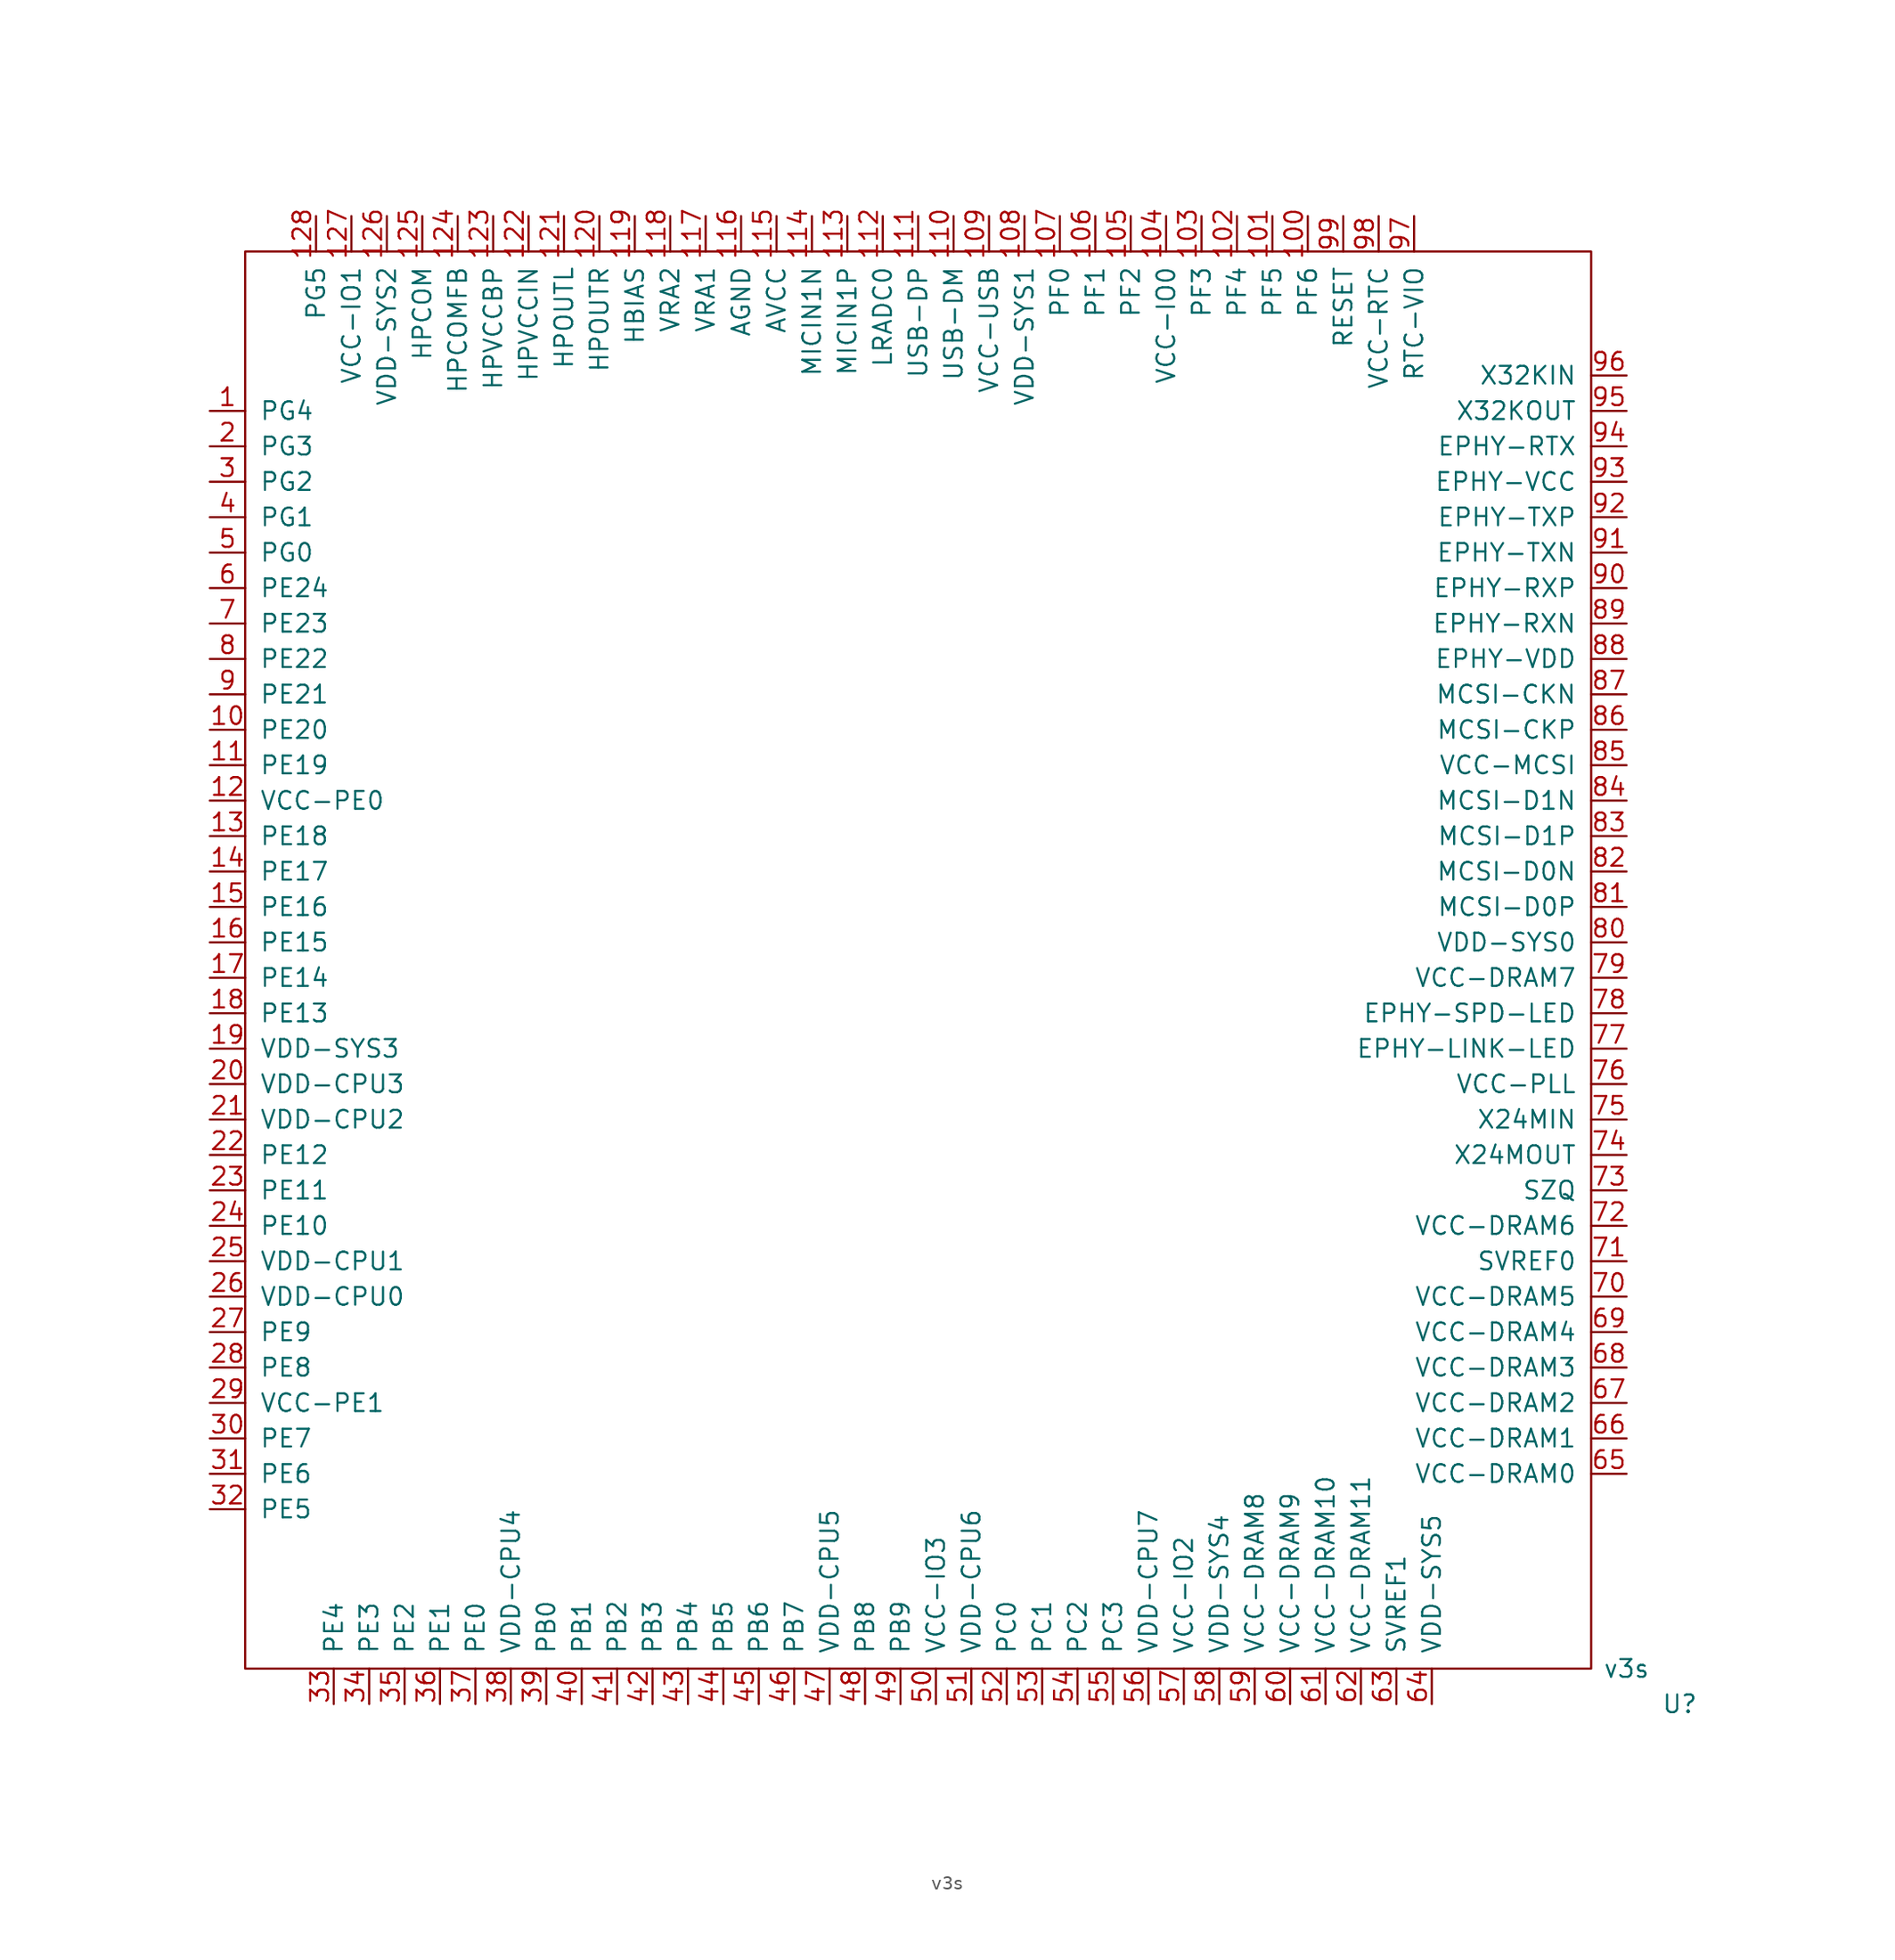
<source format=kicad_sym>
(kicad_symbol_lib
  (version 20201005)
  (generator kicad_symbol_editor)
  (symbol "v3s"
    (pin_names
      (offset 1.016))
    (property "Reference" "U"
      (at 54.61 -52.07 0)
      (effects (font (size 1.27 1.27))))
    (property "Value" "v3s"
      (at 50.8 -49.53 0)
      (effects (font (size 1.27 1.27))))
    (symbol "v3s_0_1"
      (rectangle (start -48.26 52.07) (end 48.26 -49.53) (stroke (width 0)) (fill (type none)))
      (pin power_in line (at 24.13 -52.07 90) (length 2.54) (name "VCC-DRAM8" (effects (font (size 1.27 1.27)))) (number "59" (effects (font (size 1.27 1.27))))))
    (symbol "v3s_1_0"
      (pin power_in line (at 21.59 -52.07 90) (length 2.54) (name "VDD-SYS4" (effects (font (size 1.27 1.27)))) (number "58" (effects (font (size 1.27 1.27))))))
    (symbol "v3s_1_1"
      (pin bidirectional line (at -50.8 40.64 0) (length 2.54) (name "PG4" (effects (font (size 1.27 1.27)))) (number "1" (effects (font (size 1.27 1.27)))))
      (pin bidirectional line (at -50.8 17.78 0) (length 2.54) (name "PE20" (effects (font (size 1.27 1.27)))) (number "10" (effects (font (size 1.27 1.27)))))
      (pin input line (at 27.94 54.61 270) (length 2.54) (name "PF6" (effects (font (size 1.27 1.27)))) (number "100" (effects (font (size 1.27 1.27)))))
      (pin input line (at 25.4 54.61 270) (length 2.54) (name "PF5" (effects (font (size 1.27 1.27)))) (number "101" (effects (font (size 1.27 1.27)))))
      (pin input line (at 22.86 54.61 270) (length 2.54) (name "PF4" (effects (font (size 1.27 1.27)))) (number "102" (effects (font (size 1.27 1.27)))))
      (pin input line (at 20.32 54.61 270) (length 2.54) (name "PF3" (effects (font (size 1.27 1.27)))) (number "103" (effects (font (size 1.27 1.27)))))
      (pin input line (at 17.78 54.61 270) (length 2.54) (name "VCC-IO0" (effects (font (size 1.27 1.27)))) (number "104" (effects (font (size 1.27 1.27)))))
      (pin input line (at 15.24 54.61 270) (length 2.54) (name "PF2" (effects (font (size 1.27 1.27)))) (number "105" (effects (font (size 1.27 1.27)))))
      (pin input line (at 12.7 54.61 270) (length 2.54) (name "PF1" (effects (font (size 1.27 1.27)))) (number "106" (effects (font (size 1.27 1.27)))))
      (pin input line (at 10.16 54.61 270) (length 2.54) (name "PF0" (effects (font (size 1.27 1.27)))) (number "107" (effects (font (size 1.27 1.27)))))
      (pin input line (at 7.62 54.61 270) (length 2.54) (name "VDD-SYS1" (effects (font (size 1.27 1.27)))) (number "108" (effects (font (size 1.27 1.27)))))
      (pin input line (at 5.08 54.61 270) (length 2.54) (name "VCC-USB" (effects (font (size 1.27 1.27)))) (number "109" (effects (font (size 1.27 1.27)))))
      (pin bidirectional line (at -50.8 15.24 0) (length 2.54) (name "PE19" (effects (font (size 1.27 1.27)))) (number "11" (effects (font (size 1.27 1.27)))))
      (pin input line (at 2.54 54.61 270) (length 2.54) (name "USB-DM" (effects (font (size 1.27 1.27)))) (number "110" (effects (font (size 1.27 1.27)))))
      (pin input line (at 0 54.61 270) (length 2.54) (name "USB-DP" (effects (font (size 1.27 1.27)))) (number "111" (effects (font (size 1.27 1.27)))))
      (pin input line (at -2.54 54.61 270) (length 2.54) (name "LRADC0" (effects (font (size 1.27 1.27)))) (number "112" (effects (font (size 1.27 1.27)))))
      (pin input line (at -5.08 54.61 270) (length 2.54) (name "MICIN1P" (effects (font (size 1.27 1.27)))) (number "113" (effects (font (size 1.27 1.27)))))
      (pin input line (at -7.62 54.61 270) (length 2.54) (name "MICIN1N" (effects (font (size 1.27 1.27)))) (number "114" (effects (font (size 1.27 1.27)))))
      (pin input line (at -10.16 54.61 270) (length 2.54) (name "AVCC" (effects (font (size 1.27 1.27)))) (number "115" (effects (font (size 1.27 1.27)))))
      (pin input line (at -12.7 54.61 270) (length 2.54) (name "AGND" (effects (font (size 1.27 1.27)))) (number "116" (effects (font (size 1.27 1.27)))))
      (pin input line (at -15.24 54.61 270) (length 2.54) (name "VRA1" (effects (font (size 1.27 1.27)))) (number "117" (effects (font (size 1.27 1.27)))))
      (pin input line (at -17.78 54.61 270) (length 2.54) (name "VRA2" (effects (font (size 1.27 1.27)))) (number "118" (effects (font (size 1.27 1.27)))))
      (pin input line (at -20.32 54.61 270) (length 2.54) (name "HBIAS" (effects (font (size 1.27 1.27)))) (number "119" (effects (font (size 1.27 1.27)))))
      (pin bidirectional line (at -50.8 12.7 0) (length 2.54) (name "VCC-PE0" (effects (font (size 1.27 1.27)))) (number "12" (effects (font (size 1.27 1.27)))))
      (pin input line (at -22.86 54.61 270) (length 2.54) (name "HPOUTR" (effects (font (size 1.27 1.27)))) (number "120" (effects (font (size 1.27 1.27)))))
      (pin input line (at -25.4 54.61 270) (length 2.54) (name "HPOUTL" (effects (font (size 1.27 1.27)))) (number "121" (effects (font (size 1.27 1.27)))))
      (pin input line (at -27.94 54.61 270) (length 2.54) (name "HPVCCIN" (effects (font (size 1.27 1.27)))) (number "122" (effects (font (size 1.27 1.27)))))
      (pin input line (at -30.48 54.61 270) (length 2.54) (name "HPVCCBP" (effects (font (size 1.27 1.27)))) (number "123" (effects (font (size 1.27 1.27)))))
      (pin input line (at -33.02 54.61 270) (length 2.54) (name "HPCOMFB" (effects (font (size 1.27 1.27)))) (number "124" (effects (font (size 1.27 1.27)))))
      (pin input line (at -35.56 54.61 270) (length 2.54) (name "HPCOM" (effects (font (size 1.27 1.27)))) (number "125" (effects (font (size 1.27 1.27)))))
      (pin input line (at -38.1 54.61 270) (length 2.54) (name "VDD-SYS2" (effects (font (size 1.27 1.27)))) (number "126" (effects (font (size 1.27 1.27)))))
      (pin input line (at -40.64 54.61 270) (length 2.54) (name "VCC-IO1" (effects (font (size 1.27 1.27)))) (number "127" (effects (font (size 1.27 1.27)))))
      (pin input line (at -43.18 54.61 270) (length 2.54) (name "PG5" (effects (font (size 1.27 1.27)))) (number "128" (effects (font (size 1.27 1.27)))))
      (pin bidirectional line (at -50.8 10.16 0) (length 2.54) (name "PE18" (effects (font (size 1.27 1.27)))) (number "13" (effects (font (size 1.27 1.27)))))
      (pin bidirectional line (at -50.8 7.62 0) (length 2.54) (name "PE17" (effects (font (size 1.27 1.27)))) (number "14" (effects (font (size 1.27 1.27)))))
      (pin bidirectional line (at -50.8 5.08 0) (length 2.54) (name "PE16" (effects (font (size 1.27 1.27)))) (number "15" (effects (font (size 1.27 1.27)))))
      (pin bidirectional line (at -50.8 2.54 0) (length 2.54) (name "PE15" (effects (font (size 1.27 1.27)))) (number "16" (effects (font (size 1.27 1.27)))))
      (pin bidirectional line (at -50.8 0 0) (length 2.54) (name "PE14" (effects (font (size 1.27 1.27)))) (number "17" (effects (font (size 1.27 1.27)))))
      (pin bidirectional line (at -50.8 -2.54 0) (length 2.54) (name "PE13" (effects (font (size 1.27 1.27)))) (number "18" (effects (font (size 1.27 1.27)))))
      (pin bidirectional line (at -50.8 -5.08 0) (length 2.54) (name "VDD-SYS3" (effects (font (size 1.27 1.27)))) (number "19" (effects (font (size 1.27 1.27)))))
      (pin bidirectional line (at -50.8 38.1 0) (length 2.54) (name "PG3" (effects (font (size 1.27 1.27)))) (number "2" (effects (font (size 1.27 1.27)))))
      (pin bidirectional line (at -50.8 -7.62 0) (length 2.54) (name "VDD-CPU3" (effects (font (size 1.27 1.27)))) (number "20" (effects (font (size 1.27 1.27)))))
      (pin bidirectional line (at -50.8 -10.16 0) (length 2.54) (name "VDD-CPU2" (effects (font (size 1.27 1.27)))) (number "21" (effects (font (size 1.27 1.27)))))
      (pin bidirectional line (at -50.8 -12.7 0) (length 2.54) (name "PE12" (effects (font (size 1.27 1.27)))) (number "22" (effects (font (size 1.27 1.27)))))
      (pin bidirectional line (at -50.8 -15.24 0) (length 2.54) (name "PE11" (effects (font (size 1.27 1.27)))) (number "23" (effects (font (size 1.27 1.27)))))
      (pin bidirectional line (at -50.8 -17.78 0) (length 2.54) (name "PE10" (effects (font (size 1.27 1.27)))) (number "24" (effects (font (size 1.27 1.27)))))
      (pin bidirectional line (at -50.8 -20.32 0) (length 2.54) (name "VDD-CPU1" (effects (font (size 1.27 1.27)))) (number "25" (effects (font (size 1.27 1.27)))))
      (pin bidirectional line (at -50.8 -22.86 0) (length 2.54) (name "VDD-CPU0" (effects (font (size 1.27 1.27)))) (number "26" (effects (font (size 1.27 1.27)))))
      (pin bidirectional line (at -50.8 -25.4 0) (length 2.54) (name "PE9" (effects (font (size 1.27 1.27)))) (number "27" (effects (font (size 1.27 1.27)))))
      (pin bidirectional line (at -50.8 -27.94 0) (length 2.54) (name "PE8" (effects (font (size 1.27 1.27)))) (number "28" (effects (font (size 1.27 1.27)))))
      (pin bidirectional line (at -50.8 -30.48 0) (length 2.54) (name "VCC-PE1" (effects (font (size 1.27 1.27)))) (number "29" (effects (font (size 1.27 1.27)))))
      (pin bidirectional line (at -50.8 35.56 0) (length 2.54) (name "PG2" (effects (font (size 1.27 1.27)))) (number "3" (effects (font (size 1.27 1.27)))))
      (pin bidirectional line (at -50.8 -33.02 0) (length 2.54) (name "PE7" (effects (font (size 1.27 1.27)))) (number "30" (effects (font (size 1.27 1.27)))))
      (pin bidirectional line (at -50.8 -35.56 0) (length 2.54) (name "PE6" (effects (font (size 1.27 1.27)))) (number "31" (effects (font (size 1.27 1.27)))))
      (pin bidirectional line (at -50.8 -38.1 0) (length 2.54) (name "PE5" (effects (font (size 1.27 1.27)))) (number "32" (effects (font (size 1.27 1.27)))))
      (pin bidirectional line (at -41.91 -52.07 90) (length 2.54) (name "PE4" (effects (font (size 1.27 1.27)))) (number "33" (effects (font (size 1.27 1.27)))))
      (pin bidirectional line (at -39.37 -52.07 90) (length 2.54) (name "PE3" (effects (font (size 1.27 1.27)))) (number "34" (effects (font (size 1.27 1.27)))))
      (pin bidirectional line (at -36.83 -52.07 90) (length 2.54) (name "PE2" (effects (font (size 1.27 1.27)))) (number "35" (effects (font (size 1.27 1.27)))))
      (pin bidirectional line (at -34.29 -52.07 90) (length 2.54) (name "PE1" (effects (font (size 1.27 1.27)))) (number "36" (effects (font (size 1.27 1.27)))))
      (pin bidirectional line (at -31.75 -52.07 90) (length 2.54) (name "PE0" (effects (font (size 1.27 1.27)))) (number "37" (effects (font (size 1.27 1.27)))))
      (pin bidirectional line (at -29.21 -52.07 90) (length 2.54) (name "VDD-CPU4" (effects (font (size 1.27 1.27)))) (number "38" (effects (font (size 1.27 1.27)))))
      (pin bidirectional line (at -26.67 -52.07 90) (length 2.54) (name "PB0" (effects (font (size 1.27 1.27)))) (number "39" (effects (font (size 1.27 1.27)))))
      (pin bidirectional line (at -50.8 33.02 0) (length 2.54) (name "PG1" (effects (font (size 1.27 1.27)))) (number "4" (effects (font (size 1.27 1.27)))))
      (pin bidirectional line (at -24.13 -52.07 90) (length 2.54) (name "PB1" (effects (font (size 1.27 1.27)))) (number "40" (effects (font (size 1.27 1.27)))))
      (pin bidirectional line (at -21.59 -52.07 90) (length 2.54) (name "PB2" (effects (font (size 1.27 1.27)))) (number "41" (effects (font (size 1.27 1.27)))))
      (pin bidirectional line (at -19.05 -52.07 90) (length 2.54) (name "PB3" (effects (font (size 1.27 1.27)))) (number "42" (effects (font (size 1.27 1.27)))))
      (pin bidirectional line (at -16.51 -52.07 90) (length 2.54) (name "PB4" (effects (font (size 1.27 1.27)))) (number "43" (effects (font (size 1.27 1.27)))))
      (pin bidirectional line (at -13.97 -52.07 90) (length 2.54) (name "PB5" (effects (font (size 1.27 1.27)))) (number "44" (effects (font (size 1.27 1.27)))))
      (pin bidirectional line (at -11.43 -52.07 90) (length 2.54) (name "PB6" (effects (font (size 1.27 1.27)))) (number "45" (effects (font (size 1.27 1.27)))))
      (pin bidirectional line (at -8.89 -52.07 90) (length 2.54) (name "PB7" (effects (font (size 1.27 1.27)))) (number "46" (effects (font (size 1.27 1.27)))))
      (pin power_in line (at -6.35 -52.07 90) (length 2.54) (name "VDD-CPU5" (effects (font (size 1.27 1.27)))) (number "47" (effects (font (size 1.27 1.27)))))
      (pin bidirectional line (at -3.81 -52.07 90) (length 2.54) (name "PB8" (effects (font (size 1.27 1.27)))) (number "48" (effects (font (size 1.27 1.27)))))
      (pin bidirectional line (at -1.27 -52.07 90) (length 2.54) (name "PB9" (effects (font (size 1.27 1.27)))) (number "49" (effects (font (size 1.27 1.27)))))
      (pin bidirectional line (at -50.8 30.48 0) (length 2.54) (name "PG0" (effects (font (size 1.27 1.27)))) (number "5" (effects (font (size 1.27 1.27)))))
      (pin power_in line (at 1.27 -52.07 90) (length 2.54) (name "VCC-IO3" (effects (font (size 1.27 1.27)))) (number "50" (effects (font (size 1.27 1.27)))))
      (pin power_in line (at 3.81 -52.07 90) (length 2.54) (name "VDD-CPU6" (effects (font (size 1.27 1.27)))) (number "51" (effects (font (size 1.27 1.27)))))
      (pin bidirectional line (at 6.35 -52.07 90) (length 2.54) (name "PC0" (effects (font (size 1.27 1.27)))) (number "52" (effects (font (size 1.27 1.27)))))
      (pin bidirectional line (at 8.89 -52.07 90) (length 2.54) (name "PC1" (effects (font (size 1.27 1.27)))) (number "53" (effects (font (size 1.27 1.27)))))
      (pin bidirectional line (at 11.43 -52.07 90) (length 2.54) (name "PC2" (effects (font (size 1.27 1.27)))) (number "54" (effects (font (size 1.27 1.27)))))
      (pin bidirectional line (at 13.97 -52.07 90) (length 2.54) (name "PC3" (effects (font (size 1.27 1.27)))) (number "55" (effects (font (size 1.27 1.27)))))
      (pin power_in line (at 16.51 -52.07 90) (length 2.54) (name "VDD-CPU7" (effects (font (size 1.27 1.27)))) (number "56" (effects (font (size 1.27 1.27)))))
      (pin power_in line (at 19.05 -52.07 90) (length 2.54) (name "VCC-IO2" (effects (font (size 1.27 1.27)))) (number "57" (effects (font (size 1.27 1.27)))))
      (pin bidirectional line (at -50.8 27.94 0) (length 2.54) (name "PE24" (effects (font (size 1.27 1.27)))) (number "6" (effects (font (size 1.27 1.27)))))
      (pin power_in line (at 26.67 -52.07 90) (length 2.54) (name "VCC-DRAM9" (effects (font (size 1.27 1.27)))) (number "60" (effects (font (size 1.27 1.27)))))
      (pin power_in line (at 29.21 -52.07 90) (length 2.54) (name "VCC-DRAM10" (effects (font (size 1.27 1.27)))) (number "61" (effects (font (size 1.27 1.27)))))
      (pin power_in line (at 31.75 -52.07 90) (length 2.54) (name "VCC-DRAM11" (effects (font (size 1.27 1.27)))) (number "62" (effects (font (size 1.27 1.27)))))
      (pin power_in line (at 34.29 -52.07 90) (length 2.54) (name "SVREF1" (effects (font (size 1.27 1.27)))) (number "63" (effects (font (size 1.27 1.27)))))
      (pin power_in line (at 36.83 -52.07 90) (length 2.54) (name "VDD-SYS5" (effects (font (size 1.27 1.27)))) (number "64" (effects (font (size 1.27 1.27)))))
      (pin bidirectional line (at 50.8 -35.56 180) (length 2.54) (name "VCC-DRAM0" (effects (font (size 1.27 1.27)))) (number "65" (effects (font (size 1.27 1.27)))))
      (pin bidirectional line (at 50.8 -33.02 180) (length 2.54) (name "VCC-DRAM1" (effects (font (size 1.27 1.27)))) (number "66" (effects (font (size 1.27 1.27)))))
      (pin bidirectional line (at 50.8 -30.48 180) (length 2.54) (name "VCC-DRAM2" (effects (font (size 1.27 1.27)))) (number "67" (effects (font (size 1.27 1.27)))))
      (pin bidirectional line (at 50.8 -27.94 180) (length 2.54) (name "VCC-DRAM3" (effects (font (size 1.27 1.27)))) (number "68" (effects (font (size 1.27 1.27)))))
      (pin bidirectional line (at 50.8 -25.4 180) (length 2.54) (name "VCC-DRAM4" (effects (font (size 1.27 1.27)))) (number "69" (effects (font (size 1.27 1.27)))))
      (pin bidirectional line (at -50.8 25.4 0) (length 2.54) (name "PE23" (effects (font (size 1.27 1.27)))) (number "7" (effects (font (size 1.27 1.27)))))
      (pin bidirectional line (at 50.8 -22.86 180) (length 2.54) (name "VCC-DRAM5" (effects (font (size 1.27 1.27)))) (number "70" (effects (font (size 1.27 1.27)))))
      (pin bidirectional line (at 50.8 -20.32 180) (length 2.54) (name "SVREF0" (effects (font (size 1.27 1.27)))) (number "71" (effects (font (size 1.27 1.27)))))
      (pin bidirectional line (at 50.8 -17.78 180) (length 2.54) (name "VCC-DRAM6" (effects (font (size 1.27 1.27)))) (number "72" (effects (font (size 1.27 1.27)))))
      (pin bidirectional line (at 50.8 -15.24 180) (length 2.54) (name "SZQ" (effects (font (size 1.27 1.27)))) (number "73" (effects (font (size 1.27 1.27)))))
      (pin bidirectional line (at 50.8 -12.7 180) (length 2.54) (name "X24MOUT" (effects (font (size 1.27 1.27)))) (number "74" (effects (font (size 1.27 1.27)))))
      (pin bidirectional line (at 50.8 -10.16 180) (length 2.54) (name "X24MIN" (effects (font (size 1.27 1.27)))) (number "75" (effects (font (size 1.27 1.27)))))
      (pin bidirectional line (at 50.8 -7.62 180) (length 2.54) (name "VCC-PLL" (effects (font (size 1.27 1.27)))) (number "76" (effects (font (size 1.27 1.27)))))
      (pin bidirectional line (at 50.8 -5.08 180) (length 2.54) (name "EPHY-LINK-LED" (effects (font (size 1.27 1.27)))) (number "77" (effects (font (size 1.27 1.27)))))
      (pin bidirectional line (at 50.8 -2.54 180) (length 2.54) (name "EPHY-SPD-LED" (effects (font (size 1.27 1.27)))) (number "78" (effects (font (size 1.27 1.27)))))
      (pin bidirectional line (at 50.8 0 180) (length 2.54) (name "VCC-DRAM7" (effects (font (size 1.27 1.27)))) (number "79" (effects (font (size 1.27 1.27)))))
      (pin bidirectional line (at -50.8 22.86 0) (length 2.54) (name "PE22" (effects (font (size 1.27 1.27)))) (number "8" (effects (font (size 1.27 1.27)))))
      (pin bidirectional line (at 50.8 2.54 180) (length 2.54) (name "VDD-SYS0" (effects (font (size 1.27 1.27)))) (number "80" (effects (font (size 1.27 1.27)))))
      (pin bidirectional line (at 50.8 5.08 180) (length 2.54) (name "MCSI-D0P" (effects (font (size 1.27 1.27)))) (number "81" (effects (font (size 1.27 1.27)))))
      (pin bidirectional line (at 50.8 7.62 180) (length 2.54) (name "MCSI-D0N" (effects (font (size 1.27 1.27)))) (number "82" (effects (font (size 1.27 1.27)))))
      (pin bidirectional line (at 50.8 10.16 180) (length 2.54) (name "MCSI-D1P" (effects (font (size 1.27 1.27)))) (number "83" (effects (font (size 1.27 1.27)))))
      (pin bidirectional line (at 50.8 12.7 180) (length 2.54) (name "MCSI-D1N" (effects (font (size 1.27 1.27)))) (number "84" (effects (font (size 1.27 1.27)))))
      (pin power_in line (at 50.8 15.24 180) (length 2.54) (name "VCC-MCSI" (effects (font (size 1.27 1.27)))) (number "85" (effects (font (size 1.27 1.27)))))
      (pin bidirectional line (at 50.8 17.78 180) (length 2.54) (name "MCSI-CKP" (effects (font (size 1.27 1.27)))) (number "86" (effects (font (size 1.27 1.27)))))
      (pin bidirectional line (at 50.8 20.32 180) (length 2.54) (name "MCSI-CKN" (effects (font (size 1.27 1.27)))) (number "87" (effects (font (size 1.27 1.27)))))
      (pin power_in line (at 50.8 22.86 180) (length 2.54) (name "EPHY-VDD" (effects (font (size 1.27 1.27)))) (number "88" (effects (font (size 1.27 1.27)))))
      (pin bidirectional line (at 50.8 25.4 180) (length 2.54) (name "EPHY-RXN" (effects (font (size 1.27 1.27)))) (number "89" (effects (font (size 1.27 1.27)))))
      (pin bidirectional line (at -50.8 20.32 0) (length 2.54) (name "PE21" (effects (font (size 1.27 1.27)))) (number "9" (effects (font (size 1.27 1.27)))))
      (pin bidirectional line (at 50.8 27.94 180) (length 2.54) (name "EPHY-RXP" (effects (font (size 1.27 1.27)))) (number "90" (effects (font (size 1.27 1.27)))))
      (pin bidirectional line (at 50.8 30.48 180) (length 2.54) (name "EPHY-TXN" (effects (font (size 1.27 1.27)))) (number "91" (effects (font (size 1.27 1.27)))))
      (pin bidirectional line (at 50.8 33.02 180) (length 2.54) (name "EPHY-TXP" (effects (font (size 1.27 1.27)))) (number "92" (effects (font (size 1.27 1.27)))))
      (pin power_in line (at 50.8 35.56 180) (length 2.54) (name "EPHY-VCC" (effects (font (size 1.27 1.27)))) (number "93" (effects (font (size 1.27 1.27)))))
      (pin bidirectional line (at 50.8 38.1 180) (length 2.54) (name "EPHY-RTX" (effects (font (size 1.27 1.27)))) (number "94" (effects (font (size 1.27 1.27)))))
      (pin output line (at 50.8 40.64 180) (length 2.54) (name "X32KOUT" (effects (font (size 1.27 1.27)))) (number "95" (effects (font (size 1.27 1.27)))))
      (pin input line (at 50.8 43.18 180) (length 2.54) (name "X32KIN" (effects (font (size 1.27 1.27)))) (number "96" (effects (font (size 1.27 1.27)))))
      (pin input line (at 35.56 54.61 270) (length 2.54) (name "RTC-VIO" (effects (font (size 1.27 1.27)))) (number "97" (effects (font (size 1.27 1.27)))))
      (pin input line (at 33.02 54.61 270) (length 2.54) (name "VCC-RTC" (effects (font (size 1.27 1.27)))) (number "98" (effects (font (size 1.27 1.27)))))
      (pin input line (at 30.48 54.61 270) (length 2.54) (name "RESET" (effects (font (size 1.27 1.27)))) (number "99" (effects (font (size 1.27 1.27))))))))
</source>
